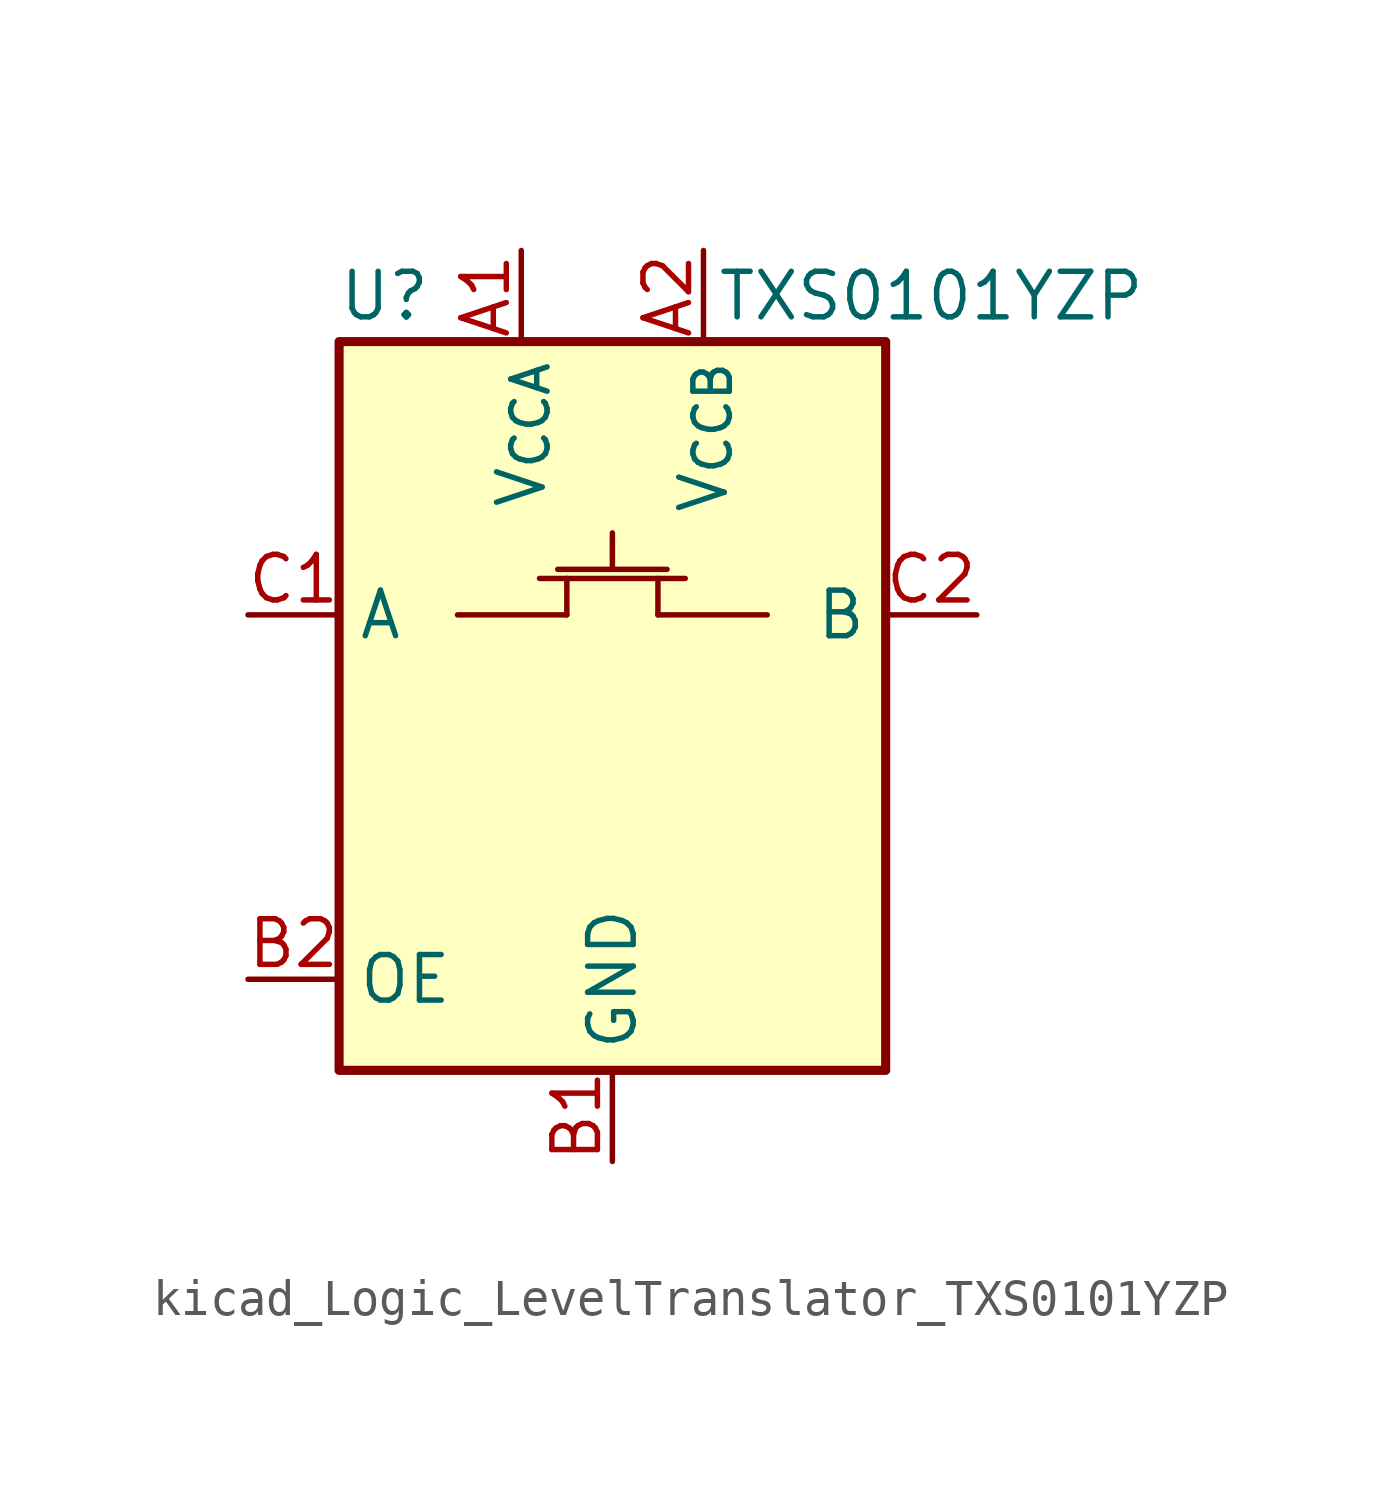
<source format=kicad_sym>
(kicad_symbol_lib
  (version 20220914)
  (generator kicad_symbol_editor)
  (symbol "kicad_Logic_LevelTranslator_TXS0101YZP"
    (property "Reference" "U"
      (at -6.35 11.43 0)
      (effects (font (size 1.27 1.27))))
    (property "Value" "TXS0101YZP"
      (at 8.89 11.43 0)
      (effects (font (size 1.27 1.27))))
    (symbol "kicad_Logic_LevelTranslator_TXS0101YZP_0_1"
      (rectangle (start -7.62 10.16) (end 7.62 -10.16) (stroke (width 0.254) (type default)) (fill (type background))))
    (symbol "kicad_Logic_LevelTranslator_TXS0101YZP_1_1"
      (polyline (pts (xy -4.318 2.54) (xy -1.27 2.54)) (stroke (width 0) (type default)) (fill (type none)))
      (polyline (pts (xy -2.032 3.556) (xy 2.032 3.556)) (stroke (width 0) (type default)) (fill (type none)))
      (polyline (pts (xy -1.524 3.81) (xy 1.524 3.81)) (stroke (width 0) (type default)) (fill (type none)))
      (polyline (pts (xy -1.27 2.54) (xy -1.27 3.556)) (stroke (width 0) (type default)) (fill (type none)))
      (polyline (pts (xy 0 3.81) (xy 0 4.826)) (stroke (width 0) (type default)) (fill (type none)))
      (polyline (pts (xy 1.27 2.54) (xy 1.27 3.556)) (stroke (width 0) (type default)) (fill (type none)))
      (polyline (pts (xy 4.318 2.54) (xy 1.27 2.54)) (stroke (width 0) (type default)) (fill (type none)))
      (pin power_in line (at -2.54 12.7 270) (length 2.54) (name "V_{CCA}" (effects (font (size 1.27 1.27)))) (number "A1" (effects (font (size 1.27 1.27)))))
      (pin power_in line (at 2.54 12.7 270) (length 2.54) (name "V_{CCB}" (effects (font (size 1.27 1.27)))) (number "A2" (effects (font (size 1.27 1.27)))))
      (pin power_in line (at 0 -12.7 90) (length 2.54) (name "GND" (effects (font (size 1.27 1.27)))) (number "B1" (effects (font (size 1.27 1.27)))))
      (pin input line (at -10.16 -7.62 0) (length 2.54) (name "OE" (effects (font (size 1.27 1.27)))) (number "B2" (effects (font (size 1.27 1.27)))))
      (pin bidirectional line (at -10.16 2.54 0) (length 2.54) (name "A" (effects (font (size 1.27 1.27)))) (number "C1" (effects (font (size 1.27 1.27)))))
      (pin bidirectional line (at 10.16 2.54 180) (length 2.54) (name "B" (effects (font (size 1.27 1.27)))) (number "C2" (effects (font (size 1.27 1.27))))))))
</source>
